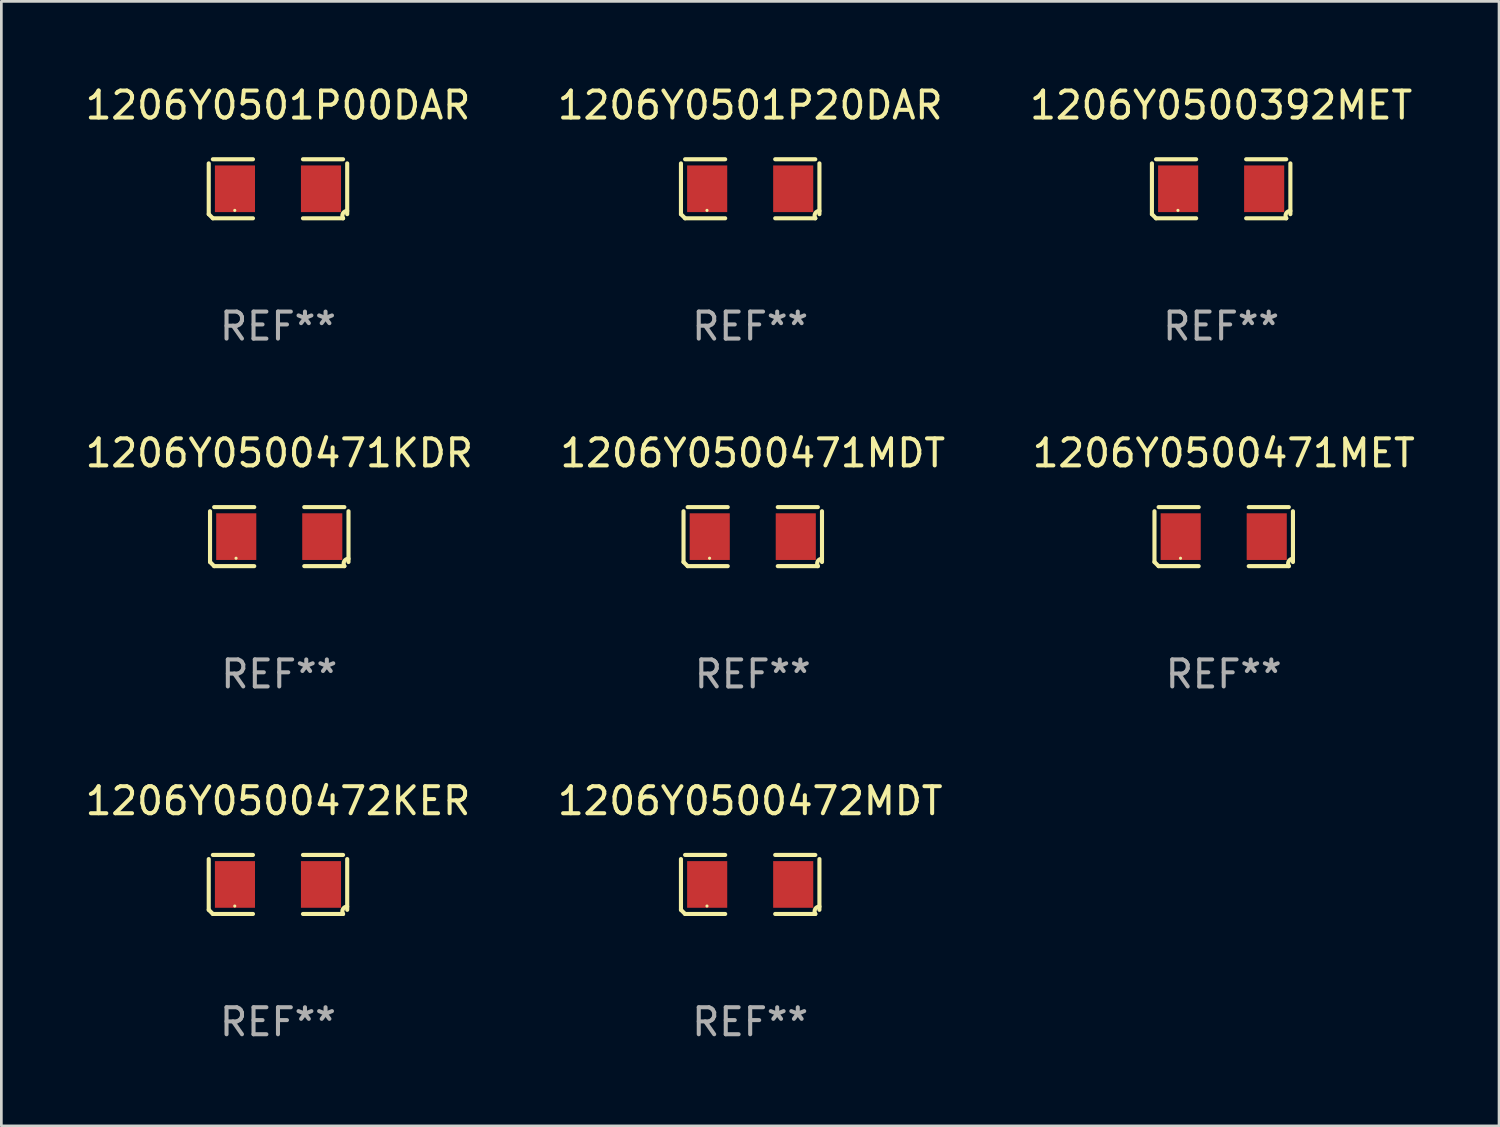
<source format=kicad_pcb>
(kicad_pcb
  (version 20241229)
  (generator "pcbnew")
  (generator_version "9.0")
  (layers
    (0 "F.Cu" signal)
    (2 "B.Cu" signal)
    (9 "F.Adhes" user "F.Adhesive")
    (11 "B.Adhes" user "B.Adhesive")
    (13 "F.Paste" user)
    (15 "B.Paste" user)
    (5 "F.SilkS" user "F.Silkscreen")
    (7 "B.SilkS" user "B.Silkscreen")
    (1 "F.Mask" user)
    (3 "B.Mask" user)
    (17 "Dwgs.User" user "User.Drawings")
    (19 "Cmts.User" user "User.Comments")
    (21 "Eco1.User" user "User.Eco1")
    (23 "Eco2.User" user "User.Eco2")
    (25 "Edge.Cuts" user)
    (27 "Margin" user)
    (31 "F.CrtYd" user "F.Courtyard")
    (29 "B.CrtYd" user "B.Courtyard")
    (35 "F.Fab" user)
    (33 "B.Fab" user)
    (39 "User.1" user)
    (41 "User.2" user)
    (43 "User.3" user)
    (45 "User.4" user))
  (footprint "1206Y0500472KER"
    (layer "F.Cu")
    (at 7.244 29.704)
    (property "Reference" "1206Y0500472KER" (at 0 -3.093 0) (layer "F.SilkS") (effects (font (size 1 1) (thickness 0.15))))
    (attr through_hole)
    (fp_line (start -2.564 0.94) (end -2.564 -0.94) (stroke (width 0.152) (type solid)) (layer "F.SilkS"))
    (fp_line (start -2.411 -1.093) (end -0.926 -1.093) (stroke (width 0.152) (type solid)) (layer "F.SilkS"))
    (fp_line (start -0.926 1.093) (end -2.411 1.093) (stroke (width 0.152) (type solid)) (layer "F.SilkS"))
    (fp_line (start 0.926 1.093) (end 2.411 1.093) (stroke (width 0.152) (type solid)) (layer "F.SilkS"))
    (fp_line (start 2.411 -1.093) (end 0.926 -1.093) (stroke (width 0.152) (type solid)) (layer "F.SilkS"))
    (fp_line (start 2.564 0.94) (end 2.564 -0.94) (stroke (width 0.152) (type solid)) (layer "F.SilkS"))
    (fp_arc (start -2.411201 1.092609) (mid -2.487413 1.01642) (end -2.563602 0.940208) (stroke (width 0.1524) (type solid)) (layer "F.SilkS"))
    (fp_arc (start 2.411201 1.092609) (mid 2.407159 0.911226) (end 2.563602 0.819347) (stroke (width 0.1524) (type solid)) (layer "F.SilkS"))
    (fp_circle (center -1.6 0.8) (end -1.57 0.8) (stroke (width 0.06) (type solid)) (fill no) (layer "F.SilkS"))
    (fp_text user "REF**" (at 0 5.093 0) (layer "F.Fab") (effects (font (size 1 1) (thickness 0.15))))
    (pad "1" smd rect (at -1.593 0) (size 1.485 1.728) (layers "F.Cu" "F.Mask" "F.Paste"))
    (pad "2" smd rect (at 1.593 0) (size 1.485 1.728) (layers "F.Cu" "F.Mask" "F.Paste")))
  (footprint "1206Y0500472MDT"
    (layer "F.Cu")
    (at 24.732 29.704)
    (property "Reference" "1206Y0500472MDT" (at 0 -3.093 0) (layer "F.SilkS") (effects (font (size 1 1) (thickness 0.15))))
    (attr through_hole)
    (fp_line (start -2.564 0.94) (end -2.564 -0.94) (stroke (width 0.152) (type solid)) (layer "F.SilkS"))
    (fp_line (start -2.411 -1.093) (end -0.926 -1.093) (stroke (width 0.152) (type solid)) (layer "F.SilkS"))
    (fp_line (start -0.926 1.093) (end -2.411 1.093) (stroke (width 0.152) (type solid)) (layer "F.SilkS"))
    (fp_line (start 0.926 1.093) (end 2.411 1.093) (stroke (width 0.152) (type solid)) (layer "F.SilkS"))
    (fp_line (start 2.411 -1.093) (end 0.926 -1.093) (stroke (width 0.152) (type solid)) (layer "F.SilkS"))
    (fp_line (start 2.564 0.94) (end 2.564 -0.94) (stroke (width 0.152) (type solid)) (layer "F.SilkS"))
    (fp_arc (start -2.411201 1.092609) (mid -2.487413 1.01642) (end -2.563602 0.940208) (stroke (width 0.1524) (type solid)) (layer "F.SilkS"))
    (fp_arc (start 2.411201 1.092609) (mid 2.407159 0.911226) (end 2.563602 0.819347) (stroke (width 0.1524) (type solid)) (layer "F.SilkS"))
    (fp_circle (center -1.6 0.8) (end -1.57 0.8) (stroke (width 0.06) (type solid)) (fill no) (layer "F.SilkS"))
    (fp_text user "REF**" (at 0 5.093 0) (layer "F.Fab") (effects (font (size 1 1) (thickness 0.15))))
    (pad "1" smd rect (at -1.593 0) (size 1.485 1.728) (layers "F.Cu" "F.Mask" "F.Paste"))
    (pad "2" smd rect (at 1.593 0) (size 1.485 1.728) (layers "F.Cu" "F.Mask" "F.Paste")))
  (footprint "1206Y0501P00DAR"
    (layer "F.Cu")
    (at 7.244 3.941)
    (property "Reference" "1206Y0501P00DAR" (at 0 -3.093 0) (layer "F.SilkS") (effects (font (size 1 1) (thickness 0.15))))
    (attr through_hole)
    (fp_line (start -2.564 0.94) (end -2.564 -0.94) (stroke (width 0.152) (type solid)) (layer "F.SilkS"))
    (fp_line (start -2.411 -1.093) (end -0.926 -1.093) (stroke (width 0.152) (type solid)) (layer "F.SilkS"))
    (fp_line (start -0.926 1.093) (end -2.411 1.093) (stroke (width 0.152) (type solid)) (layer "F.SilkS"))
    (fp_line (start 0.926 1.093) (end 2.411 1.093) (stroke (width 0.152) (type solid)) (layer "F.SilkS"))
    (fp_line (start 2.411 -1.093) (end 0.926 -1.093) (stroke (width 0.152) (type solid)) (layer "F.SilkS"))
    (fp_line (start 2.564 0.94) (end 2.564 -0.94) (stroke (width 0.152) (type solid)) (layer "F.SilkS"))
    (fp_arc (start -2.411201 1.092609) (mid -2.487413 1.01642) (end -2.563602 0.940208) (stroke (width 0.1524) (type solid)) (layer "F.SilkS"))
    (fp_arc (start 2.411201 1.092609) (mid 2.407159 0.911226) (end 2.563602 0.819347) (stroke (width 0.1524) (type solid)) (layer "F.SilkS"))
    (fp_circle (center -1.6 0.8) (end -1.57 0.8) (stroke (width 0.06) (type solid)) (fill no) (layer "F.SilkS"))
    (fp_text user "REF**" (at 0 5.093 0) (layer "F.Fab") (effects (font (size 1 1) (thickness 0.15))))
    (pad "1" smd rect (at -1.593 0) (size 1.485 1.728) (layers "F.Cu" "F.Mask" "F.Paste"))
    (pad "2" smd rect (at 1.593 0) (size 1.485 1.728) (layers "F.Cu" "F.Mask" "F.Paste")))
  (footprint "1206Y0500471MET"
    (layer "F.Cu")
    (at 42.268 16.823)
    (property "Reference" "1206Y0500471MET" (at 0 -3.093 0) (layer "F.SilkS") (effects (font (size 1 1) (thickness 0.15))))
    (attr through_hole)
    (fp_line (start -2.564 0.94) (end -2.564 -0.94) (stroke (width 0.152) (type solid)) (layer "F.SilkS"))
    (fp_line (start -2.411 -1.093) (end -0.926 -1.093) (stroke (width 0.152) (type solid)) (layer "F.SilkS"))
    (fp_line (start -0.926 1.093) (end -2.411 1.093) (stroke (width 0.152) (type solid)) (layer "F.SilkS"))
    (fp_line (start 0.926 1.093) (end 2.411 1.093) (stroke (width 0.152) (type solid)) (layer "F.SilkS"))
    (fp_line (start 2.411 -1.093) (end 0.926 -1.093) (stroke (width 0.152) (type solid)) (layer "F.SilkS"))
    (fp_line (start 2.564 0.94) (end 2.564 -0.94) (stroke (width 0.152) (type solid)) (layer "F.SilkS"))
    (fp_arc (start -2.411201 1.092609) (mid -2.487413 1.01642) (end -2.563602 0.940208) (stroke (width 0.1524) (type solid)) (layer "F.SilkS"))
    (fp_arc (start 2.411201 1.092609) (mid 2.407159 0.911226) (end 2.563602 0.819347) (stroke (width 0.1524) (type solid)) (layer "F.SilkS"))
    (fp_circle (center -1.6 0.8) (end -1.57 0.8) (stroke (width 0.06) (type solid)) (fill no) (layer "F.SilkS"))
    (fp_text user "REF**" (at 0 5.093 0) (layer "F.Fab") (effects (font (size 1 1) (thickness 0.15))))
    (pad "1" smd rect (at -1.593 0) (size 1.485 1.728) (layers "F.Cu" "F.Mask" "F.Paste"))
    (pad "2" smd rect (at 1.593 0) (size 1.485 1.728) (layers "F.Cu" "F.Mask" "F.Paste")))
  (footprint "1206Y0500471MDT"
    (layer "F.Cu")
    (at 24.827 16.823)
    (property "Reference" "1206Y0500471MDT" (at 0 -3.093 0) (layer "F.SilkS") (effects (font (size 1 1) (thickness 0.15))))
    (attr through_hole)
    (fp_line (start -2.564 0.94) (end -2.564 -0.94) (stroke (width 0.152) (type solid)) (layer "F.SilkS"))
    (fp_line (start -2.411 -1.093) (end -0.926 -1.093) (stroke (width 0.152) (type solid)) (layer "F.SilkS"))
    (fp_line (start -0.926 1.093) (end -2.411 1.093) (stroke (width 0.152) (type solid)) (layer "F.SilkS"))
    (fp_line (start 0.926 1.093) (end 2.411 1.093) (stroke (width 0.152) (type solid)) (layer "F.SilkS"))
    (fp_line (start 2.411 -1.093) (end 0.926 -1.093) (stroke (width 0.152) (type solid)) (layer "F.SilkS"))
    (fp_line (start 2.564 0.94) (end 2.564 -0.94) (stroke (width 0.152) (type solid)) (layer "F.SilkS"))
    (fp_arc (start -2.411201 1.092609) (mid -2.487413 1.01642) (end -2.563602 0.940208) (stroke (width 0.1524) (type solid)) (layer "F.SilkS"))
    (fp_arc (start 2.411201 1.092609) (mid 2.407159 0.911226) (end 2.563602 0.819347) (stroke (width 0.1524) (type solid)) (layer "F.SilkS"))
    (fp_circle (center -1.6 0.8) (end -1.57 0.8) (stroke (width 0.06) (type solid)) (fill no) (layer "F.SilkS"))
    (fp_text user "REF**" (at 0 5.093 0) (layer "F.Fab") (effects (font (size 1 1) (thickness 0.15))))
    (pad "1" smd rect (at -1.593 0) (size 1.485 1.728) (layers "F.Cu" "F.Mask" "F.Paste"))
    (pad "2" smd rect (at 1.593 0) (size 1.485 1.728) (layers "F.Cu" "F.Mask" "F.Paste")))
  (footprint "1206Y0500471KDR"
    (layer "F.Cu")
    (at 7.292 16.823)
    (property "Reference" "1206Y0500471KDR" (at 0 -3.093 0) (layer "F.SilkS") (effects (font (size 1 1) (thickness 0.15))))
    (attr through_hole)
    (fp_line (start -2.564 0.94) (end -2.564 -0.94) (stroke (width 0.152) (type solid)) (layer "F.SilkS"))
    (fp_line (start -2.411 -1.093) (end -0.926 -1.093) (stroke (width 0.152) (type solid)) (layer "F.SilkS"))
    (fp_line (start -0.926 1.093) (end -2.411 1.093) (stroke (width 0.152) (type solid)) (layer "F.SilkS"))
    (fp_line (start 0.926 1.093) (end 2.411 1.093) (stroke (width 0.152) (type solid)) (layer "F.SilkS"))
    (fp_line (start 2.411 -1.093) (end 0.926 -1.093) (stroke (width 0.152) (type solid)) (layer "F.SilkS"))
    (fp_line (start 2.564 0.94) (end 2.564 -0.94) (stroke (width 0.152) (type solid)) (layer "F.SilkS"))
    (fp_arc (start -2.411201 1.092609) (mid -2.487413 1.01642) (end -2.563602 0.940208) (stroke (width 0.1524) (type solid)) (layer "F.SilkS"))
    (fp_arc (start 2.411201 1.092609) (mid 2.407159 0.911226) (end 2.563602 0.819347) (stroke (width 0.1524) (type solid)) (layer "F.SilkS"))
    (fp_circle (center -1.6 0.8) (end -1.57 0.8) (stroke (width 0.06) (type solid)) (fill no) (layer "F.SilkS"))
    (fp_text user "REF**" (at 0 5.093 0) (layer "F.Fab") (effects (font (size 1 1) (thickness 0.15))))
    (pad "1" smd rect (at -1.593 0) (size 1.485 1.728) (layers "F.Cu" "F.Mask" "F.Paste"))
    (pad "2" smd rect (at 1.593 0) (size 1.485 1.728) (layers "F.Cu" "F.Mask" "F.Paste")))
  (footprint "1206Y0500392MET"
    (layer "F.Cu")
    (at 42.173 3.941)
    (property "Reference" "1206Y0500392MET" (at 0 -3.093 0) (layer "F.SilkS") (effects (font (size 1 1) (thickness 0.15))))
    (attr through_hole)
    (fp_line (start -2.564 0.94) (end -2.564 -0.94) (stroke (width 0.152) (type solid)) (layer "F.SilkS"))
    (fp_line (start -2.411 -1.093) (end -0.926 -1.093) (stroke (width 0.152) (type solid)) (layer "F.SilkS"))
    (fp_line (start -0.926 1.093) (end -2.411 1.093) (stroke (width 0.152) (type solid)) (layer "F.SilkS"))
    (fp_line (start 0.926 1.093) (end 2.411 1.093) (stroke (width 0.152) (type solid)) (layer "F.SilkS"))
    (fp_line (start 2.411 -1.093) (end 0.926 -1.093) (stroke (width 0.152) (type solid)) (layer "F.SilkS"))
    (fp_line (start 2.564 0.94) (end 2.564 -0.94) (stroke (width 0.152) (type solid)) (layer "F.SilkS"))
    (fp_arc (start -2.411201 1.092609) (mid -2.487413 1.01642) (end -2.563602 0.940208) (stroke (width 0.1524) (type solid)) (layer "F.SilkS"))
    (fp_arc (start 2.411201 1.092609) (mid 2.407159 0.911226) (end 2.563602 0.819347) (stroke (width 0.1524) (type solid)) (layer "F.SilkS"))
    (fp_circle (center -1.6 0.8) (end -1.57 0.8) (stroke (width 0.06) (type solid)) (fill no) (layer "F.SilkS"))
    (fp_text user "REF**" (at 0 5.093 0) (layer "F.Fab") (effects (font (size 1 1) (thickness 0.15))))
    (pad "1" smd rect (at -1.593 0) (size 1.485 1.728) (layers "F.Cu" "F.Mask" "F.Paste"))
    (pad "2" smd rect (at 1.593 0) (size 1.485 1.728) (layers "F.Cu" "F.Mask" "F.Paste")))
  (footprint "1206Y0501P20DAR"
    (layer "F.Cu")
    (at 24.732 3.941)
    (property "Reference" "1206Y0501P20DAR" (at 0 -3.093 0) (layer "F.SilkS") (effects (font (size 1 1) (thickness 0.15))))
    (attr through_hole)
    (fp_line (start -2.564 0.94) (end -2.564 -0.94) (stroke (width 0.152) (type solid)) (layer "F.SilkS"))
    (fp_line (start -2.411 -1.093) (end -0.926 -1.093) (stroke (width 0.152) (type solid)) (layer "F.SilkS"))
    (fp_line (start -0.926 1.093) (end -2.411 1.093) (stroke (width 0.152) (type solid)) (layer "F.SilkS"))
    (fp_line (start 0.926 1.093) (end 2.411 1.093) (stroke (width 0.152) (type solid)) (layer "F.SilkS"))
    (fp_line (start 2.411 -1.093) (end 0.926 -1.093) (stroke (width 0.152) (type solid)) (layer "F.SilkS"))
    (fp_line (start 2.564 0.94) (end 2.564 -0.94) (stroke (width 0.152) (type solid)) (layer "F.SilkS"))
    (fp_arc (start -2.411201 1.092609) (mid -2.487413 1.01642) (end -2.563602 0.940208) (stroke (width 0.1524) (type solid)) (layer "F.SilkS"))
    (fp_arc (start 2.411201 1.092609) (mid 2.407159 0.911226) (end 2.563602 0.819347) (stroke (width 0.1524) (type solid)) (layer "F.SilkS"))
    (fp_circle (center -1.6 0.8) (end -1.57 0.8) (stroke (width 0.06) (type solid)) (fill no) (layer "F.SilkS"))
    (fp_text user "REF**" (at 0 5.093 0) (layer "F.Fab") (effects (font (size 1 1) (thickness 0.15))))
    (pad "1" smd rect (at -1.593 0) (size 1.485 1.728) (layers "F.Cu" "F.Mask" "F.Paste"))
    (pad "2" smd rect (at 1.593 0) (size 1.485 1.728) (layers "F.Cu" "F.Mask" "F.Paste")))
  (gr_rect
    (start -3 -3)
    (end 52.464 38.645)
    (stroke (width 0.1) (type default))
    (fill no)
    (layer "Edge.Cuts")))
</source>
